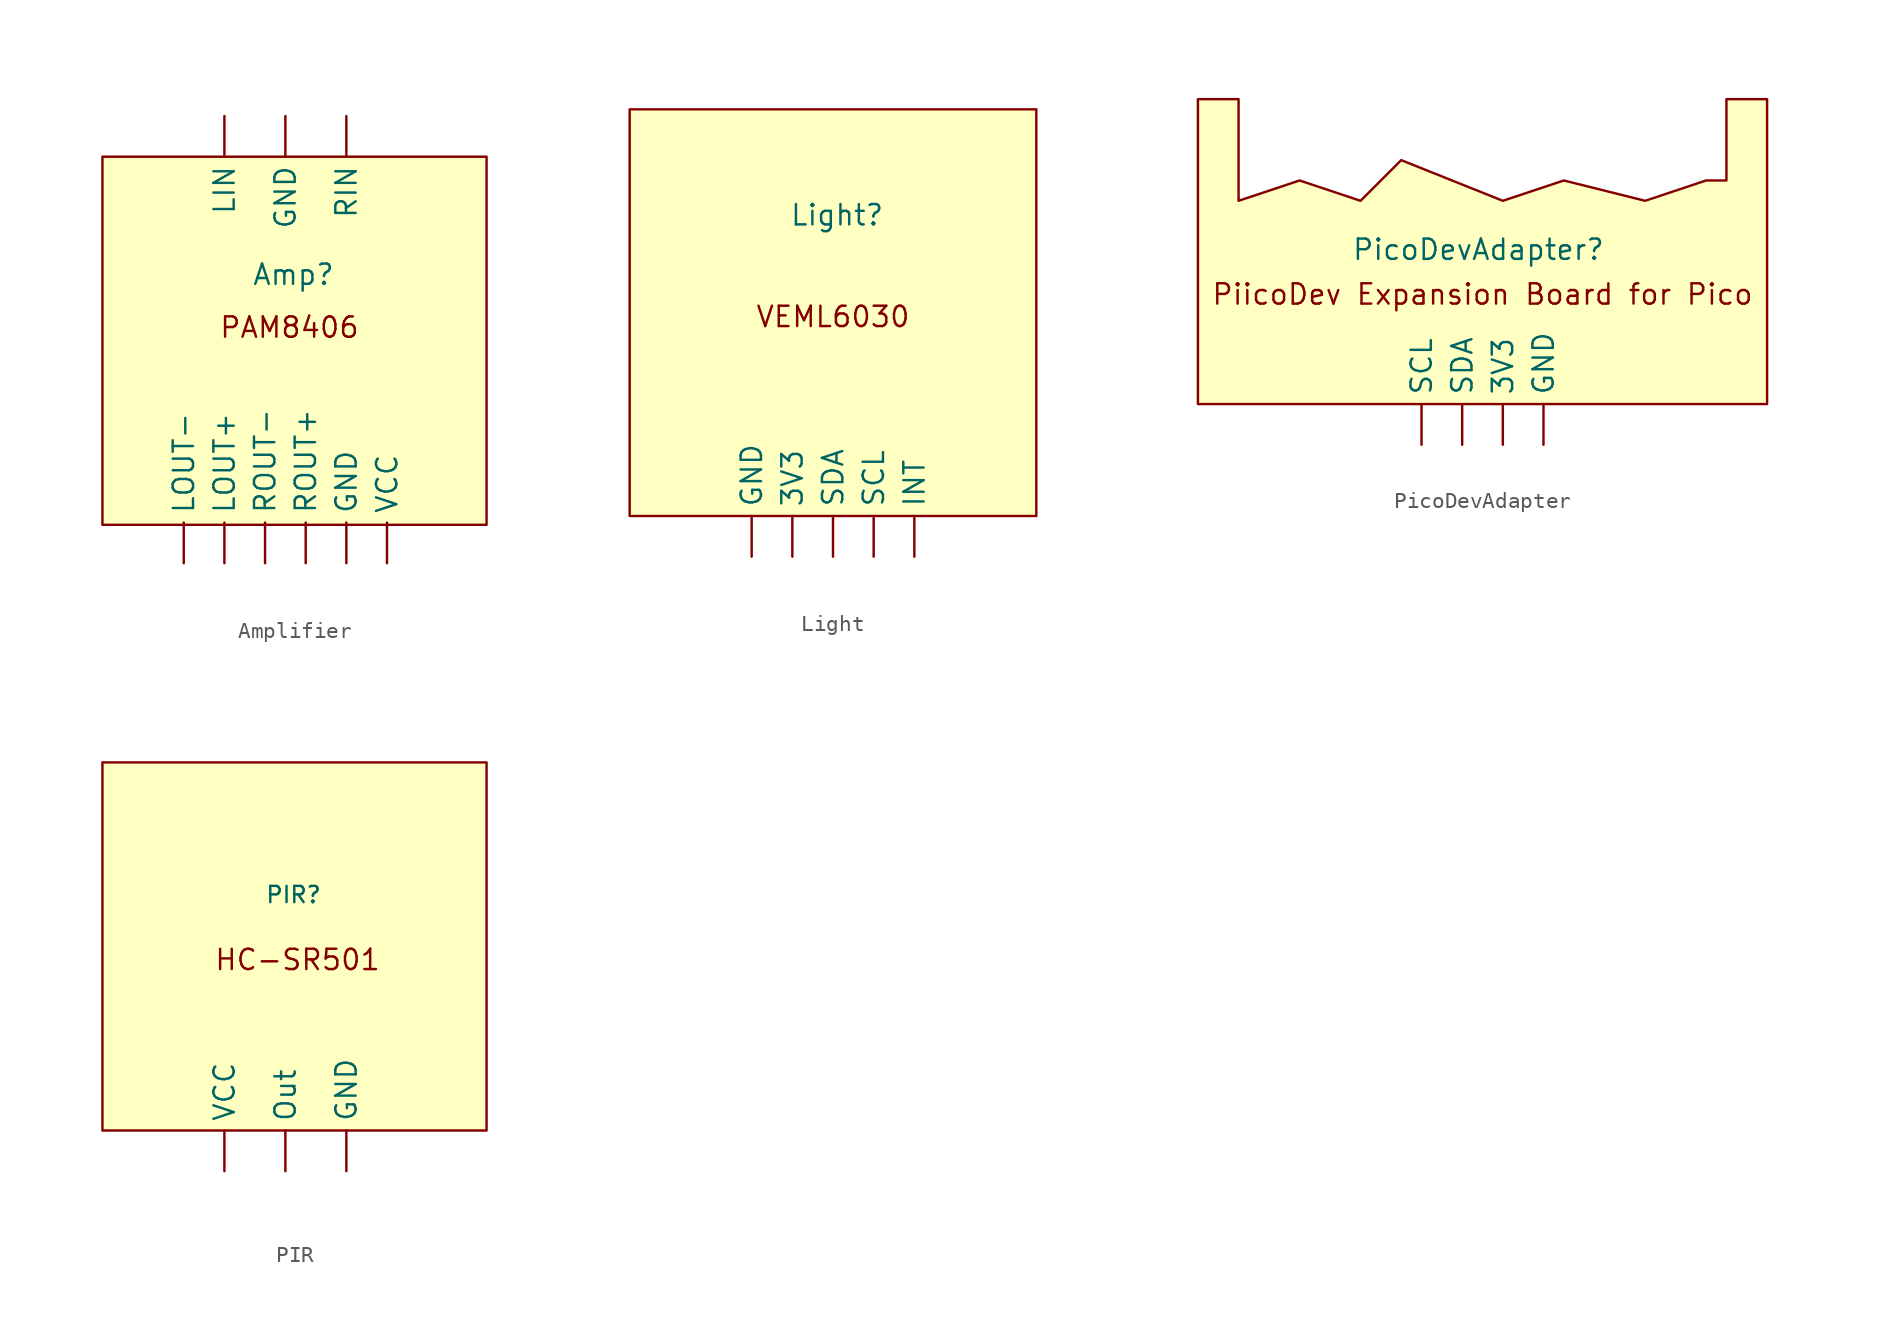
<source format=kicad_sym>
(kicad_symbol_lib
  (version 20231120)
  (generator "kicad_symbol_editor")
  (generator_version "8.0")
  (symbol "Amplifier"
    (property "Reference" "Amp"
      (at 4.318 10.414 0)
      (effects (font (size 1.27 1.27))))
    (property "Value" ""
      (at 0 0 0)
      (effects (font (size 1.27 1.27))))
    (symbol "Amplifier_0_1"
      (rectangle (start -7.62 17.78) (end 16.38 -5.22) (stroke (width 0) (type default)) (fill (type background))))
    (symbol "Amplifier_1_1"
      (text "PAM8406" (at 4.064 7.112 0) (effects (font (size 1.27 1.27))))
      (pin passive line (at 3.81 20.32 270) (length 2.54) (name "GND" (effects (font (size 1.27 1.27)))) (number "" (effects (font (size 1.27 1.27)))))
      (pin passive line (at 7.62 -7.62 90) (length 2.54) (name "GND" (effects (font (size 1.27 1.27)))) (number "" (effects (font (size 1.27 1.27)))))
      (pin input line (at 0 20.32 270) (length 2.54) (name "LIN" (effects (font (size 1.27 1.27)))) (number "" (effects (font (size 1.27 1.27)))))
      (pin output line (at 0 -7.62 90) (length 2.54) (name "LOUT+" (effects (font (size 1.27 1.27)))) (number "" (effects (font (size 1.27 1.27)))))
      (pin output line (at -2.54 -7.62 90) (length 2.54) (name "LOUT-" (effects (font (size 1.27 1.27)))) (number "" (effects (font (size 1.27 1.27)))))
      (pin input line (at 7.62 20.32 270) (length 2.54) (name "RIN" (effects (font (size 1.27 1.27)))) (number "" (effects (font (size 1.27 1.27)))))
      (pin output line (at 5.08 -7.62 90) (length 2.54) (name "ROUT+" (effects (font (size 1.27 1.27)))) (number "" (effects (font (size 1.27 1.27)))))
      (pin output line (at 2.54 -7.62 90) (length 2.54) (name "ROUT-" (effects (font (size 1.27 1.27)))) (number "" (effects (font (size 1.27 1.27)))))
      (pin power_in line (at 10.16 -7.62 90) (length 2.54) (name "VCC" (effects (font (size 1.27 1.27)))) (number "" (effects (font (size 1.27 1.27)))))))
  (symbol "Light"
    (property "Reference" "Light"
      (at 7.874 14.986 0)
      (effects (font (size 1.27 1.27))))
    (property "Value" ""
      (at 0 0 0)
      (effects (font (size 1.27 1.27))))
    (symbol "Light_0_1"
      (rectangle (start -5.08 21.59) (end 20.32 -3.81) (stroke (width 0) (type default)) (fill (type background))))
    (symbol "Light_1_1"
      (text "VEML6030" (at 7.62 8.636 0) (effects (font (size 1.27 1.27))))
      (pin power_in line (at 5.08 -6.35 90) (length 2.54) (name "3V3" (effects (font (size 1.27 1.27)))) (number "" (effects (font (size 1.27 1.27)))))
      (pin passive line (at 2.54 -6.35 90) (length 2.54) (name "GND" (effects (font (size 1.27 1.27)))) (number "" (effects (font (size 1.27 1.27)))))
      (pin power_in line (at 12.7 -6.35 90) (length 2.54) (name "INT" (effects (font (size 1.27 1.27)))) (number "" (effects (font (size 1.27 1.27)))))
      (pin output line (at 10.16 -6.35 90) (length 2.54) (name "SCL" (effects (font (size 1.27 1.27)))) (number "" (effects (font (size 1.27 1.27)))))
      (pin output line (at 7.62 -6.35 90) (length 2.54) (name "SDA" (effects (font (size 1.27 1.27)))) (number "" (effects (font (size 1.27 1.27)))))))
  (symbol "PicoDevAdapter"
    (property "Reference" "PicoDevAdapter"
      (at 4.826 3.302 0)
      (effects (font (size 1.27 1.27))))
    (property "Value" ""
      (at 0 0 0)
      (effects (font (size 1.27 1.27))))
    (symbol "PicoDevAdapter_0_1"
      (polyline (pts (xy -10.16 12.7) (xy -10.16 6.35) (xy -6.35 7.62) (xy -2.54 6.35) (xy 0 8.89) (xy 6.35 6.35) (xy 10.16 7.62) (xy 15.24 6.35) (xy 19.05 7.62) (xy 20.32 7.62) (xy 20.32 12.7) (xy 22.86 12.7) (xy 22.86 -6.35) (xy -12.7 -6.35) (xy -12.7 12.7) (xy -10.16 12.7)) (stroke (width 0) (type default)) (fill (type background))))
    (symbol "PicoDevAdapter_1_1"
      (text "PiicoDev Expansion Board for Pico" (at 5.08 0.508 0) (effects (font (size 1.27 1.27))))
      (pin power_in line (at 6.35 -8.89 90) (length 2.54) (name "3V3" (effects (font (size 1.27 1.27)))) (number "" (effects (font (size 1.27 1.27)))))
      (pin passive line (at 8.89 -8.89 90) (length 2.54) (name "GND" (effects (font (size 1.27 1.27)))) (number "" (effects (font (size 1.27 1.27)))))
      (pin input line (at 1.27 -8.89 90) (length 2.54) (name "SCL" (effects (font (size 1.27 1.27)))) (number "" (effects (font (size 1.27 1.27)))))
      (pin input line (at 3.81 -8.89 90) (length 2.54) (name "SDA" (effects (font (size 1.27 1.27)))) (number "" (effects (font (size 1.27 1.27)))))))
  (symbol "PIR"
    (property "Reference" "PIR"
      (at 8.128 18.542 0)
      (effects (font (size 1.016 1.016))))
    (property "Value" ""
      (at 0 0 0)
      (effects (font (size 1.27 1.27))))
    (symbol "PIR_0_1"
      (rectangle (start -3.81 3.81) (end 20.19 26.81) (stroke (width 0) (type default)) (fill (type background))))
    (symbol "PIR_1_1"
      (text "HC-SR501" (at 8.382 14.478 0) (effects (font (size 1.27 1.27))))
      (pin passive line (at 11.43 1.27 90) (length 2.54) (name "GND" (effects (font (size 1.27 1.27)))) (number "" (effects (font (size 1.27 1.27)))))
      (pin output line (at 7.62 1.27 90) (length 2.54) (name "Out" (effects (font (size 1.27 1.27)))) (number "" (effects (font (size 1.27 1.27)))))
      (pin input line (at 3.81 1.27 90) (length 2.54) (name "VCC" (effects (font (size 1.27 1.27)))) (number "" (effects (font (size 1.27 1.27))))))))
</source>
